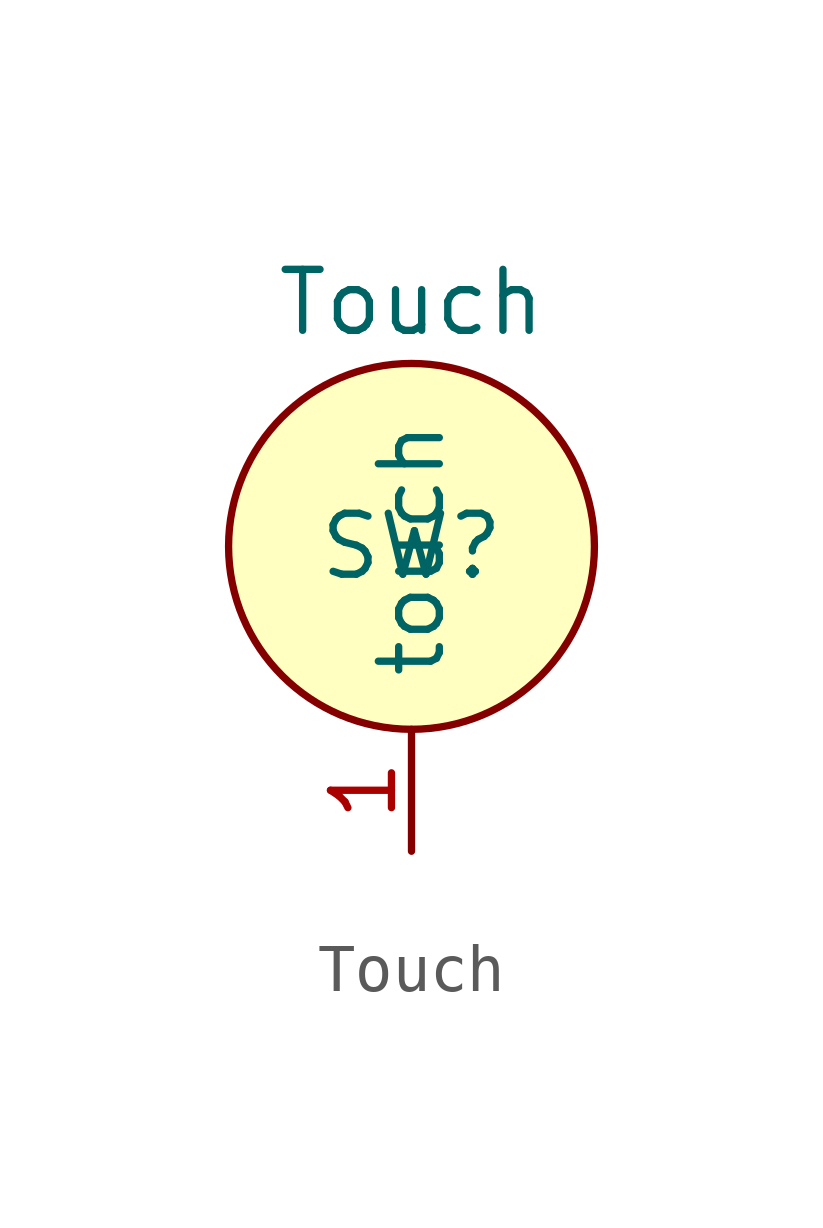
<source format=kicad_sym>
(kicad_symbol_lib
  (version 20211014)
  (generator kicad_symbol_editor)
  (symbol "Touch"
    (pin_names
      (offset 1.016))
    (property "Reference" "SW"
      (at 0 0 0)
      (effects (font (size 1.27 1.27))))
    (property "Value" "Touch"
      (at 0 5.08 0)
      (effects (font (size 1.27 1.27))))
    (symbol "Touch_0_1"
      (circle (center 0 0) (radius 3.81) (stroke (width 0) (type default) (color 0 0 0 0)) (fill (type background))))
    (symbol "Touch_1_1"
      (pin passive line (at 0 -6.35 90) (length 2.54) (name "touch" (effects (font (size 1.27 1.27)))) (number "1" (effects (font (size 1.27 1.27))))))))
</source>
